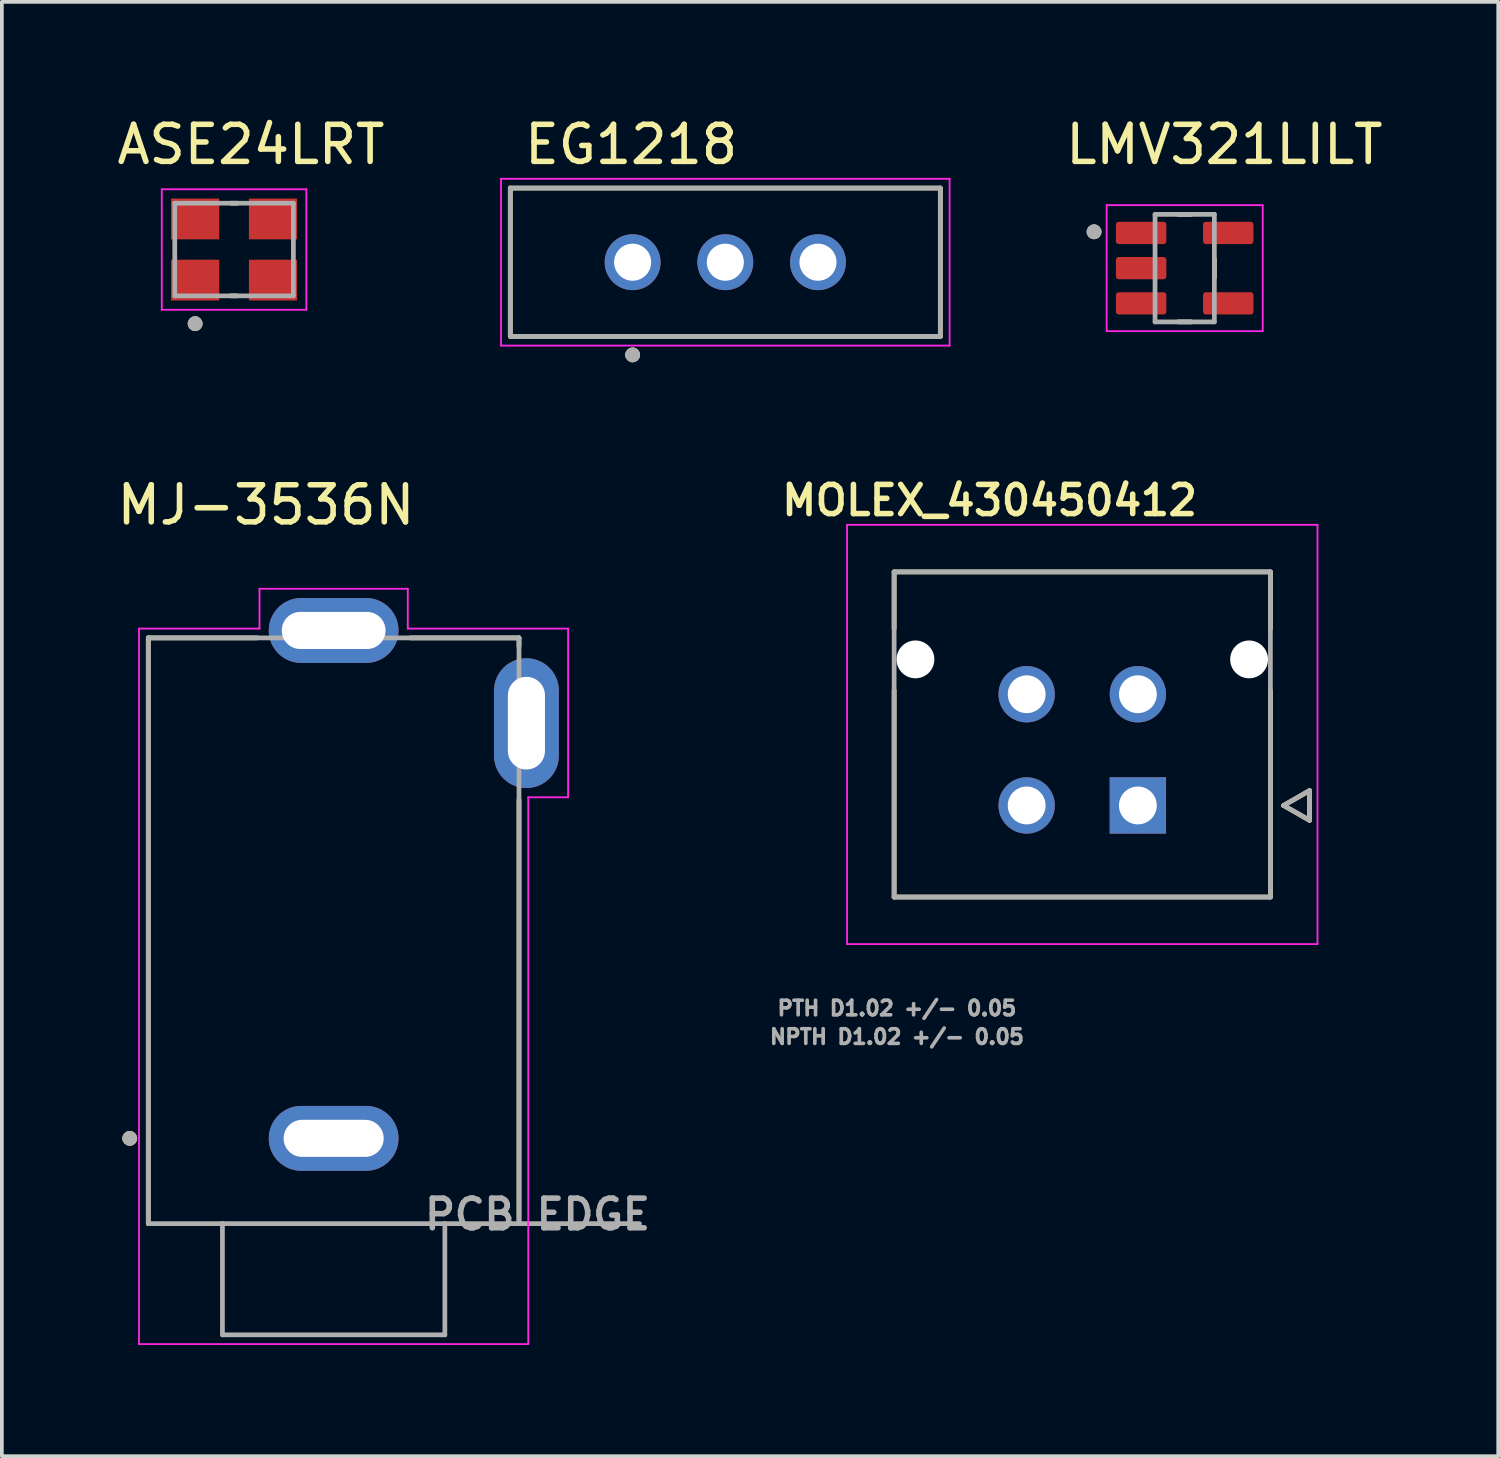
<source format=kicad_pcb>
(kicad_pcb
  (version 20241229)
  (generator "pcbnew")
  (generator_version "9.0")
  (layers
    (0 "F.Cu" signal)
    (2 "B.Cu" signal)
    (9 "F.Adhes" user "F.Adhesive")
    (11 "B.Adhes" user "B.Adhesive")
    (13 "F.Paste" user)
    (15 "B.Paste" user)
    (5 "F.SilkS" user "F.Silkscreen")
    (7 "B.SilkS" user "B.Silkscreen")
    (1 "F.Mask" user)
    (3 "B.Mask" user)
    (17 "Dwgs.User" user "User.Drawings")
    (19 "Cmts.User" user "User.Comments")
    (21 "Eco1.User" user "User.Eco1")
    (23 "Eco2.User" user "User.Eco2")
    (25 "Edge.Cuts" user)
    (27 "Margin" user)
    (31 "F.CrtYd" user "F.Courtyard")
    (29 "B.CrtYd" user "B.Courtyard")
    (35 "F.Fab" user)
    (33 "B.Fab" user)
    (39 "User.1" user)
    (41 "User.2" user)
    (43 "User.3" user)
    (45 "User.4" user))
  (footprint "MJ-3536N"
    (layer "F.Cu")
    (at 5.95 27.657)
    (property "Reference" "MJ-3536N" (at -1.825 -17.085 0) (layer "F.SilkS") (effects (font (size 1 1) (thickness 0.15))))
    (attr through_hole)
    (fp_line (start -5 -13.5) (end -2.07 -13.5) (stroke (width 0.127) (type solid)) (layer "F.SilkS"))
    (fp_line (start -5 2.3) (end -5 -13.5) (stroke (width 0.127) (type solid)) (layer "F.SilkS"))
    (fp_line (start 2.07 -13.5) (end 5 -13.5) (stroke (width 0.127) (type solid)) (layer "F.SilkS"))
    (fp_line (start 5 -13.5) (end 5 -13.27) (stroke (width 0.127) (type solid)) (layer "F.SilkS"))
    (fp_line (start 5 -9.13) (end 5 2.3) (stroke (width 0.127) (type solid)) (layer "F.SilkS"))
    (fp_circle (center -5.5 0) (end -5.4 0) (stroke (width 0.2) (type solid)) (fill no) (layer "F.SilkS"))
    (fp_line (start -5.25 -13.75) (end -2 -13.75) (stroke (width 0.05) (type solid)) (layer "F.CrtYd"))
    (fp_line (start -5.25 5.55) (end -5.25 -13.75) (stroke (width 0.05) (type solid)) (layer "F.CrtYd"))
    (fp_line (start -2 -14.825) (end 2 -14.825) (stroke (width 0.05) (type solid)) (layer "F.CrtYd"))
    (fp_line (start -2 -13.75) (end -2 -14.825) (stroke (width 0.05) (type solid)) (layer "F.CrtYd"))
    (fp_line (start 2 -14.825) (end 2 -13.75) (stroke (width 0.05) (type solid)) (layer "F.CrtYd"))
    (fp_line (start 2 -13.75) (end 6.325 -13.75) (stroke (width 0.05) (type solid)) (layer "F.CrtYd"))
    (fp_line (start 5.25 -9.2) (end 5.25 5.55) (stroke (width 0.05) (type solid)) (layer "F.CrtYd"))
    (fp_line (start 5.25 5.55) (end -5.25 5.55) (stroke (width 0.05) (type solid)) (layer "F.CrtYd"))
    (fp_line (start 6.325 -13.75) (end 6.325 -9.2) (stroke (width 0.05) (type solid)) (layer "F.CrtYd"))
    (fp_line (start 6.325 -9.2) (end 5.25 -9.2) (stroke (width 0.05) (type solid)) (layer "F.CrtYd"))
    (fp_line (start -5 -13.5) (end 5 -13.5) (stroke (width 0.127) (type solid)) (layer "F.Fab"))
    (fp_line (start -5 2.3) (end -5 -13.5) (stroke (width 0.127) (type solid)) (layer "F.Fab"))
    (fp_line (start -3 2.3) (end -5 2.3) (stroke (width 0.127) (type solid)) (layer "F.Fab"))
    (fp_line (start -3 2.3) (end -3 5.3) (stroke (width 0.127) (type solid)) (layer "F.Fab"))
    (fp_line (start -3 5.3) (end 3 5.3) (stroke (width 0.127) (type solid)) (layer "F.Fab"))
    (fp_line (start 3 2.3) (end -3 2.3) (stroke (width 0.127) (type solid)) (layer "F.Fab"))
    (fp_line (start 3 5.3) (end 3 2.3) (stroke (width 0.127) (type solid)) (layer "F.Fab"))
    (fp_line (start 5 -13.5) (end 5 2.3) (stroke (width 0.127) (type solid)) (layer "F.Fab"))
    (fp_line (start 5 2.3) (end 3 2.3) (stroke (width 0.127) (type solid)) (layer "F.Fab"))
    (fp_line (start 5 2.3) (end 8.25 2.3) (stroke (width 0.127) (type solid)) (layer "F.Fab"))
    (fp_circle (center -5.5 0) (end -5.4 0) (stroke (width 0.2) (type solid)) (fill no) (layer "F.Fab"))
    (fp_text user "PCB EDGE" (at 5.5 2.05 0) (layer "F.Fab") (effects (font (size 0.8 0.8) (thickness 0.15))))
    (pad "1" thru_hole oval (at 0 0) (size 3.5 1.75) (drill oval 2.7 1) (layers "*.Cu" "*.Mask"))
    (pad "2" thru_hole oval (at 0 -13.7) (size 3.5 1.75) (drill oval 2.8 1) (layers "*.Cu" "*.Mask"))
    (pad "3" thru_hole oval (at 5.2 -11.2) (size 1.75 3.5) (drill oval 1 2.5) (layers "*.Cu" "*.Mask")))
  (footprint "LMV321LILT"
    (layer "F.Cu")
    (at 28.907 4.183)
    (property "Reference" "LMV321LILT" (at 1.07 -3.335 0) (layer "F.SilkS") (effects (font (size 1 1) (thickness 0.15))))
    (attr smd)
    (fp_line (start -0.175 -1.45) (end 0.175 -1.45) (stroke (width 0.127) (type solid)) (layer "F.SilkS"))
    (fp_line (start -0.175 1.45) (end 0.175 1.45) (stroke (width 0.127) (type solid)) (layer "F.SilkS"))
    (fp_line (start 0.8 -0.25) (end 0.8 0.25) (stroke (width 0.127) (type solid)) (layer "F.SilkS"))
    (fp_circle (center -2.445 -0.98) (end -2.345 -0.98) (stroke (width 0.2) (type solid)) (fill no) (layer "F.SilkS"))
    (fp_line (start -2.105 -1.7) (end -2.105 1.7) (stroke (width 0.05) (type solid)) (layer "F.CrtYd"))
    (fp_line (start -2.105 1.7) (end 2.105 1.7) (stroke (width 0.05) (type solid)) (layer "F.CrtYd"))
    (fp_line (start 2.105 -1.7) (end -2.105 -1.7) (stroke (width 0.05) (type solid)) (layer "F.CrtYd"))
    (fp_line (start 2.105 1.7) (end 2.105 -1.7) (stroke (width 0.05) (type solid)) (layer "F.CrtYd"))
    (fp_line (start -0.8 -1.45) (end 0.8 -1.45) (stroke (width 0.127) (type solid)) (layer "F.Fab"))
    (fp_line (start -0.8 1.45) (end -0.8 -1.45) (stroke (width 0.127) (type solid)) (layer "F.Fab"))
    (fp_line (start 0.8 -1.45) (end 0.8 1.45) (stroke (width 0.127) (type solid)) (layer "F.Fab"))
    (fp_line (start 0.8 1.45) (end -0.8 1.45) (stroke (width 0.127) (type solid)) (layer "F.Fab"))
    (fp_circle (center -2.445 -0.98) (end -2.345 -0.98) (stroke (width 0.2) (type solid)) (fill no) (layer "F.Fab"))
    (pad "1" smd roundrect (at -1.175 -0.95) (size 1.36 0.6) (layers "F.Cu" "F.Mask" "F.Paste") (roundrect_rratio 0.125))
    (pad "2" smd roundrect (at -1.175 0) (size 1.36 0.6) (layers "F.Cu" "F.Mask" "F.Paste") (roundrect_rratio 0.125))
    (pad "3" smd roundrect (at -1.175 0.95) (size 1.36 0.6) (layers "F.Cu" "F.Mask" "F.Paste") (roundrect_rratio 0.125))
    (pad "4" smd roundrect (at 1.175 0.95) (size 1.36 0.6) (layers "F.Cu" "F.Mask" "F.Paste") (roundrect_rratio 0.125))
    (pad "5" smd roundrect (at 1.175 -0.95) (size 1.36 0.6) (layers "F.Cu" "F.Mask" "F.Paste") (roundrect_rratio 0.125)))
  (footprint "ASE24LRT"
    (layer "F.Cu")
    (at 3.314 4.006)
    (property "Reference" "ASE24LRT" (at 0.406 -3.158 0) (layer "F.SilkS") (effects (font (size 1 1) (thickness 0.15))))
    (attr smd)
    (fp_line (start -0.13 0.925) (end 0.03 0.925) (stroke (width 0.127) (type solid)) (layer "F.SilkS"))
    (fp_line (start 0.03 -1.575) (end -0.13 -1.575) (stroke (width 0.127) (type solid)) (layer "F.SilkS"))
    (fp_circle (center -1.1 1.675) (end -1.1 1.575) (stroke (width 0.2) (type solid)) (fill no) (layer "F.SilkS"))
    (fp_line (start -2 -1.95) (end 1.9 -1.95) (stroke (width 0.05) (type solid)) (layer "F.CrtYd"))
    (fp_line (start -2 1.3) (end -2 -1.95) (stroke (width 0.05) (type solid)) (layer "F.CrtYd"))
    (fp_line (start 1.9 -1.95) (end 1.9 1.3) (stroke (width 0.05) (type solid)) (layer "F.CrtYd"))
    (fp_line (start 1.9 1.3) (end -2 1.3) (stroke (width 0.05) (type solid)) (layer "F.CrtYd"))
    (fp_line (start -1.65 -1.575) (end 1.55 -1.575) (stroke (width 0.127) (type solid)) (layer "F.Fab"))
    (fp_line (start -1.65 0.925) (end -1.65 -1.575) (stroke (width 0.127) (type solid)) (layer "F.Fab"))
    (fp_line (start 1.55 -1.575) (end 1.55 0.925) (stroke (width 0.127) (type solid)) (layer "F.Fab"))
    (fp_line (start 1.55 0.925) (end -1.65 0.925) (stroke (width 0.127) (type solid)) (layer "F.Fab"))
    (fp_circle (center -1.1 1.675) (end -1.1 1.575) (stroke (width 0.2) (type solid)) (fill no) (layer "F.Fab"))
    (pad "1" smd rect (at -1.1 0.5 90) (size 1.1 1.3) (layers "F.Cu" "F.Mask" "F.Paste"))
    (pad "2" smd rect (at 1 0.5 90) (size 1.1 1.3) (layers "F.Cu" "F.Mask" "F.Paste"))
    (pad "3" smd rect (at 1 -1.15 90) (size 1.1 1.3) (layers "F.Cu" "F.Mask" "F.Paste"))
    (pad "4" smd rect (at -1.1 -1.15 90) (size 1.1 1.3) (layers "F.Cu" "F.Mask" "F.Paste")))
  (footprint "MOLEX_430450412"
    (layer "F.Cu")
    (at 27.644 18.677)
    (property "Reference" "MOLEX_430450412" (at -4 -8.23 0) (layer "F.SilkS") (effects (font (size 0.787 0.787) (thickness 0.15))))
    (attr through_hole)
    (fp_circle (center -6 -3.94) (end -5.707 -3.94) (stroke (width 0.586) (type solid)) (fill no) (layer "F.Mask"))
    (fp_circle (center -3 -3) (end -2.582 -3) (stroke (width 0.836) (type solid)) (fill no) (layer "F.Mask"))
    (fp_circle (center -3 0) (end -2.582 0) (stroke (width 0.836) (type solid)) (fill no) (layer "F.Mask"))
    (fp_circle (center 0 -3) (end 0.418 -3) (stroke (width 0.836) (type solid)) (fill no) (layer "F.Mask"))
    (fp_circle (center 3 -3.94) (end 3.293 -3.94) (stroke (width 0.586) (type solid)) (fill no) (layer "F.Mask"))
    (fp_poly (pts (xy -0.836 -0.836) (xy 0.836 -0.836) (xy 0.836 0.836) (xy -0.836 0.836)) (stroke (width 0.01) (type solid)) (fill yes) (layer "F.Mask"))
    (fp_circle (center -6 -3.94) (end -5.707 -3.94) (stroke (width 0.586) (type solid)) (fill no) (layer "B.Mask"))
    (fp_circle (center -3 -3) (end -2.582 -3) (stroke (width 0.836) (type solid)) (fill no) (layer "B.Mask"))
    (fp_circle (center -3 0) (end -2.582 0) (stroke (width 0.836) (type solid)) (fill no) (layer "B.Mask"))
    (fp_circle (center 0 -3) (end 0.418 -3) (stroke (width 0.836) (type solid)) (fill no) (layer "B.Mask"))
    (fp_circle (center 3 -3.94) (end 3.293 -3.94) (stroke (width 0.586) (type solid)) (fill no) (layer "B.Mask"))
    (fp_poly (pts (xy -0.836 -0.836) (xy 0.836 -0.836) (xy 0.836 0.836) (xy -0.836 0.836)) (stroke (width 0.01) (type solid)) (fill yes) (layer "B.Mask"))
    (fp_line (start -6.575 -6.3) (end 3.575 -6.3) (stroke (width 0.127) (type solid)) (layer "F.SilkS"))
    (fp_line (start -6.575 -4.77) (end -6.575 -6.3) (stroke (width 0.127) (type solid)) (layer "F.SilkS"))
    (fp_line (start -6.575 2.47) (end -6.575 -3.11) (stroke (width 0.127) (type solid)) (layer "F.SilkS"))
    (fp_line (start 3.575 -6.3) (end 3.575 -4.77) (stroke (width 0.127) (type solid)) (layer "F.SilkS"))
    (fp_line (start 3.575 -3.11) (end 3.575 2.47) (stroke (width 0.127) (type solid)) (layer "F.SilkS"))
    (fp_line (start 3.575 2.47) (end -6.575 2.47) (stroke (width 0.127) (type solid)) (layer "F.SilkS"))
    (fp_line (start 3.93 0) (end 4.63 0.4) (stroke (width 0.127) (type solid)) (layer "F.SilkS"))
    (fp_line (start 4.63 -0.4) (end 3.93 0) (stroke (width 0.127) (type solid)) (layer "F.SilkS"))
    (fp_line (start 4.63 0.4) (end 4.63 -0.4) (stroke (width 0.127) (type solid)) (layer "F.SilkS"))
    (fp_line (start -7.845 -7.57) (end 4.845 -7.57) (stroke (width 0.05) (type solid)) (layer "F.CrtYd"))
    (fp_line (start -7.845 3.74) (end -7.845 -7.57) (stroke (width 0.05) (type solid)) (layer "F.CrtYd"))
    (fp_line (start 4.845 -7.57) (end 4.845 3.74) (stroke (width 0.05) (type solid)) (layer "F.CrtYd"))
    (fp_line (start 4.845 3.74) (end -7.845 3.74) (stroke (width 0.05) (type solid)) (layer "F.CrtYd"))
    (fp_line (start -6.575 -6.3) (end -6.575 2.47) (stroke (width 0.127) (type solid)) (layer "F.Fab"))
    (fp_line (start -6.575 2.47) (end 3.575 2.47) (stroke (width 0.127) (type solid)) (layer "F.Fab"))
    (fp_line (start 3.575 -6.3) (end -6.575 -6.3) (stroke (width 0.127) (type solid)) (layer "F.Fab"))
    (fp_line (start 3.575 2.47) (end 3.575 -6.3) (stroke (width 0.127) (type solid)) (layer "F.Fab"))
    (fp_line (start 3.93 0) (end 4.63 0.4) (stroke (width 0.127) (type solid)) (layer "F.Fab"))
    (fp_line (start 4.63 -0.4) (end 3.93 0) (stroke (width 0.127) (type solid)) (layer "F.Fab"))
    (fp_line (start 4.63 0.4) (end 4.63 -0.4) (stroke (width 0.127) (type solid)) (layer "F.Fab"))
    (fp_text user "PTH D1.02 +/- 0.05" (at -6.5 5.47 0) (layer "F.Fab") (effects (font (size 0.394 0.394) (thickness 0.15))))
    (fp_text user "NPTH D1.02 +/- 0.05" (at -6.5 6.24 0) (layer "F.Fab") (effects (font (size 0.394 0.394) (thickness 0.15))))
    (pad "" np_thru_hole circle (at -6 -3.94) (size 1.02 1.02) (drill 1.02) (layers "*.Cu" "*.Mask"))
    (pad "" np_thru_hole circle (at 3 -3.94) (size 1.02 1.02) (drill 1.02) (layers "*.Cu" "*.Mask"))
    (pad "1" thru_hole rect (at 0 0) (size 1.52 1.52) (drill 1.02) (layers "*.Cu"))
    (pad "2" thru_hole circle (at -3 0) (size 1.52 1.52) (drill 1.02) (layers "*.Cu"))
    (pad "3" thru_hole circle (at 0 -3) (size 1.52 1.52) (drill 1.02) (layers "*.Cu"))
    (pad "4" thru_hole circle (at -3 -3) (size 1.52 1.52) (drill 1.02) (layers "*.Cu")))
  (footprint "EG1218"
    (layer "F.Cu")
    (at 16.515 4.023)
    (property "Reference" "EG1218" (at -2.54 -3.175 0) (layer "F.SilkS") (effects (font (size 1 1) (thickness 0.15))))
    (attr through_hole)
    (fp_line (start -5.8 -2) (end 5.8 -2) (stroke (width 0.127) (type solid)) (layer "F.SilkS"))
    (fp_line (start -5.8 2) (end -5.8 -2) (stroke (width 0.127) (type solid)) (layer "F.SilkS"))
    (fp_line (start 5.8 -2) (end 5.8 2) (stroke (width 0.127) (type solid)) (layer "F.SilkS"))
    (fp_line (start 5.8 2) (end -5.8 2) (stroke (width 0.127) (type solid)) (layer "F.SilkS"))
    (fp_circle (center -2.5 2.5) (end -2.4 2.5) (stroke (width 0.2) (type solid)) (fill no) (layer "F.SilkS"))
    (fp_line (start -6.05 -2.25) (end 6.05 -2.25) (stroke (width 0.05) (type solid)) (layer "F.CrtYd"))
    (fp_line (start -6.05 2.25) (end -6.05 -2.25) (stroke (width 0.05) (type solid)) (layer "F.CrtYd"))
    (fp_line (start 6.05 -2.25) (end 6.05 2.25) (stroke (width 0.05) (type solid)) (layer "F.CrtYd"))
    (fp_line (start 6.05 2.25) (end -6.05 2.25) (stroke (width 0.05) (type solid)) (layer "F.CrtYd"))
    (fp_line (start -5.8 -2) (end 5.8 -2) (stroke (width 0.127) (type solid)) (layer "F.Fab"))
    (fp_line (start -5.8 2) (end -5.8 -2) (stroke (width 0.127) (type solid)) (layer "F.Fab"))
    (fp_line (start 5.8 -2) (end 5.8 2) (stroke (width 0.127) (type solid)) (layer "F.Fab"))
    (fp_line (start 5.8 2) (end -5.8 2) (stroke (width 0.127) (type solid)) (layer "F.Fab"))
    (fp_circle (center -2.5 2.5) (end -2.4 2.5) (stroke (width 0.2) (type solid)) (fill no) (layer "F.Fab"))
    (pad "1" thru_hole circle (at -2.5 0) (size 1.508 1.508) (drill 1) (layers "*.Cu" "*.Mask"))
    (pad "2" thru_hole circle (at 0 0) (size 1.508 1.508) (drill 1) (layers "*.Cu" "*.Mask"))
    (pad "3" thru_hole circle (at 2.5 0) (size 1.508 1.508) (drill 1) (layers "*.Cu" "*.Mask")))
  (gr_rect
    (start -3 -3)
    (end 37.364 36.231)
    (stroke (width 0.1) (type default))
    (fill no)
    (layer "Edge.Cuts")))
</source>
